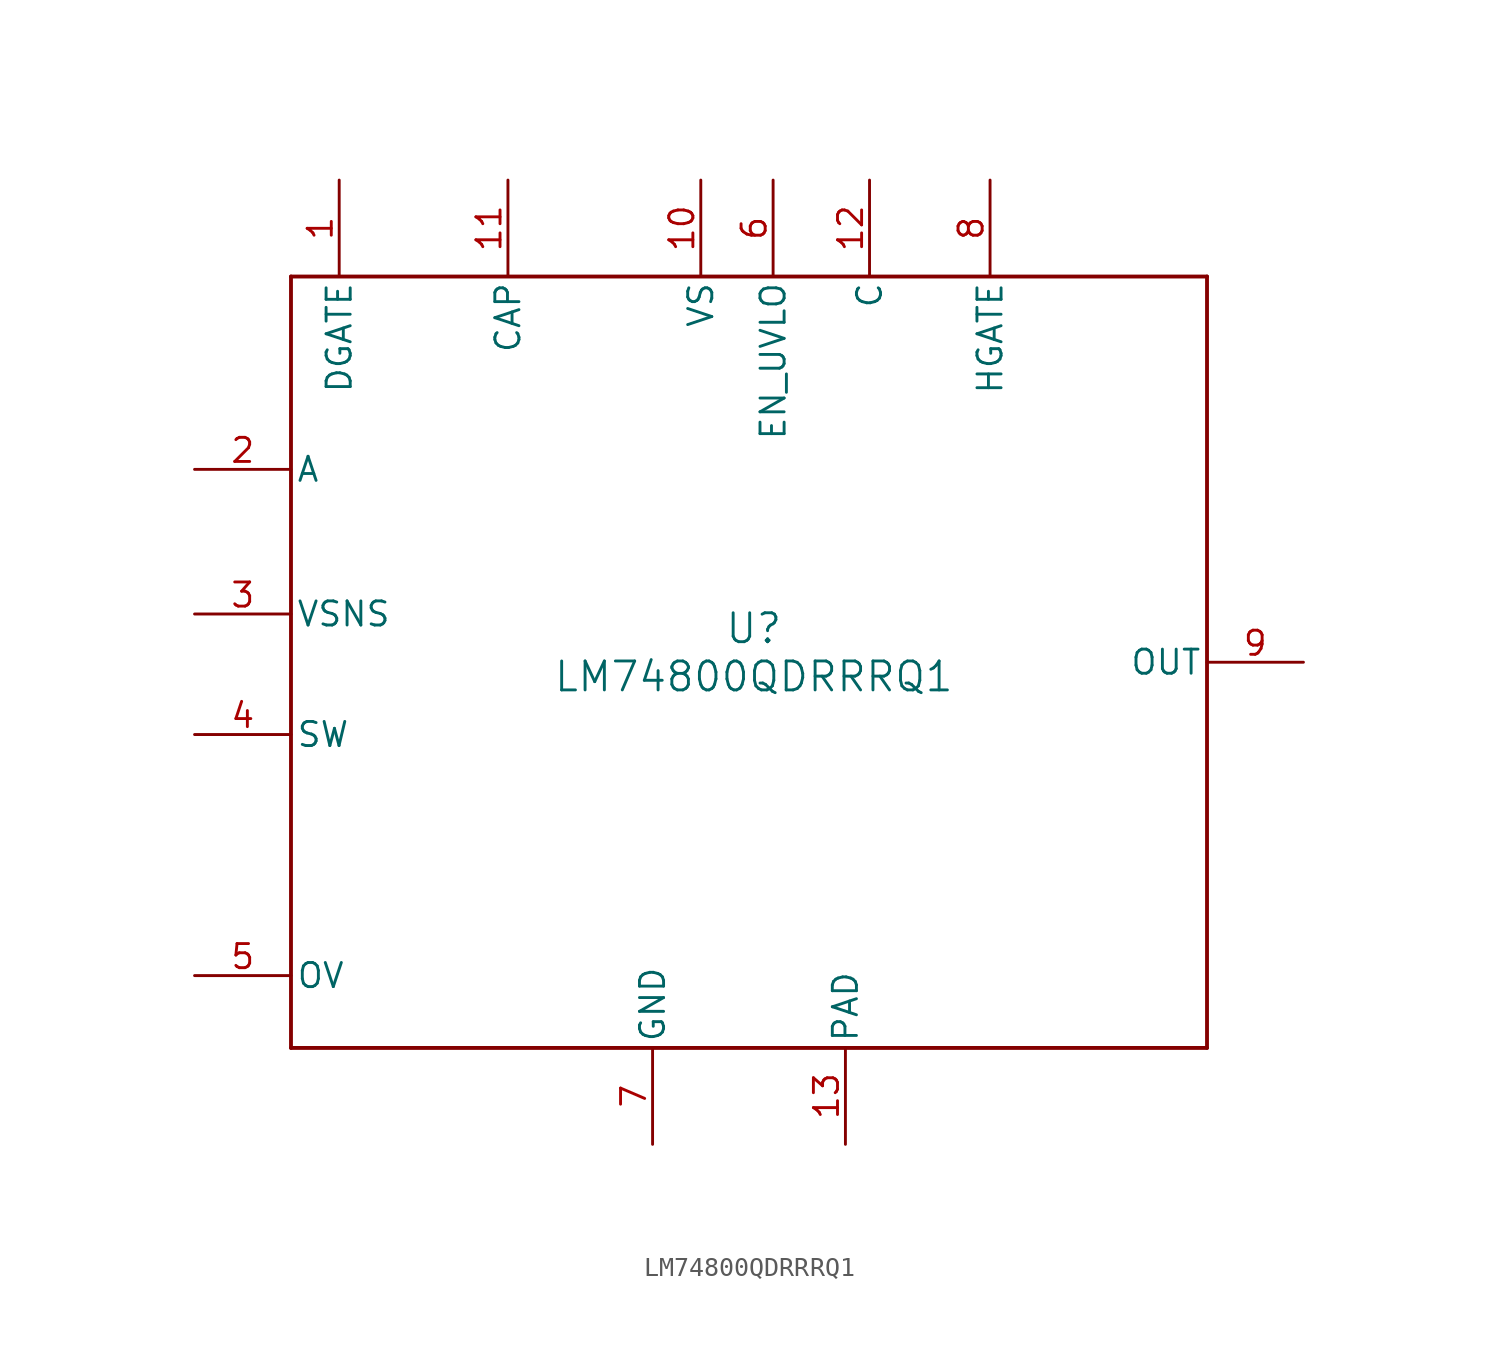
<source format=kicad_sym>
(kicad_symbol_lib
  (version 20241209)
  (generator "kicad_symbol_editor")
  (generator_version "9.0")
  (symbol "LM74800QDRRRQ1"
    (pin_names
      (offset 0.254))
    (property "Reference" "U"
      (at 0.254 1.778 0)
      (effects (font (size 1.524 1.524))))
    (property "Value" "LM74800QDRRRQ1"
      (at 0.254 -0.762 0)
      (effects (font (size 1.524 1.524))))
    (property "ki_locked" ""
      (at 0 0 0)
      (effects (font (size 1.27 1.27))))
    (symbol "LM74800QDRRRQ1_0_1"
      (polyline (pts (xy -24.13 20.32) (xy -24.13 -20.32)) (stroke (width 0.203) (type default)) (fill (type none)))
      (polyline (pts (xy -24.13 -20.32) (xy 24.13 -20.32)) (stroke (width 0.203) (type default)) (fill (type none)))
      (polyline (pts (xy 24.13 20.32) (xy -24.13 20.32)) (stroke (width 0.203) (type default)) (fill (type none)))
      (polyline (pts (xy 24.13 -20.32) (xy 24.13 20.32)) (stroke (width 0.203) (type default)) (fill (type none)))
      (pin unspecified line (at -29.21 10.16 0) (length 5.08) (name "A" (effects (font (size 1.27 1.27)))) (number "2" (effects (font (size 1.27 1.27)))))
      (pin input line (at -29.21 2.54 0) (length 5.08) (name "VSNS" (effects (font (size 1.27 1.27)))) (number "3" (effects (font (size 1.27 1.27)))))
      (pin input line (at -29.21 -3.81 0) (length 5.08) (name "SW" (effects (font (size 1.27 1.27)))) (number "4" (effects (font (size 1.27 1.27)))))
      (pin input line (at -29.21 -16.51 0) (length 5.08) (name "OV" (effects (font (size 1.27 1.27)))) (number "5" (effects (font (size 1.27 1.27)))))
      (pin output line (at -21.59 25.4 270) (length 5.08) (name "DGATE" (effects (font (size 1.27 1.27)))) (number "1" (effects (font (size 1.27 1.27)))))
      (pin unspecified line (at -12.7 25.4 270) (length 5.08) (name "CAP" (effects (font (size 1.27 1.27)))) (number "11" (effects (font (size 1.27 1.27)))))
      (pin power_in line (at -5.08 -25.4 90) (length 5.08) (name "GND" (effects (font (size 1.27 1.27)))) (number "7" (effects (font (size 1.27 1.27)))))
      (pin power_in line (at -2.54 25.4 270) (length 5.08) (name "VS" (effects (font (size 1.27 1.27)))) (number "10" (effects (font (size 1.27 1.27)))))
      (pin input line (at 1.27 25.4 270) (length 5.08) (name "EN_UVLO" (effects (font (size 1.27 1.27)))) (number "6" (effects (font (size 1.27 1.27)))))
      (pin unspecified line (at 5.08 -25.4 90) (length 5.08) (name "PAD" (effects (font (size 1.27 1.27)))) (number "13" (effects (font (size 1.27 1.27)))))
      (pin unspecified line (at 6.35 25.4 270) (length 5.08) (name "C" (effects (font (size 1.27 1.27)))) (number "12" (effects (font (size 1.27 1.27)))))
      (pin output line (at 12.7 25.4 270) (length 5.08) (name "HGATE" (effects (font (size 1.27 1.27)))) (number "8" (effects (font (size 1.27 1.27)))))
      (pin unspecified line (at 29.21 0 180) (length 5.08) (name "OUT" (effects (font (size 1.27 1.27)))) (number "9" (effects (font (size 1.27 1.27))))))))
</source>
